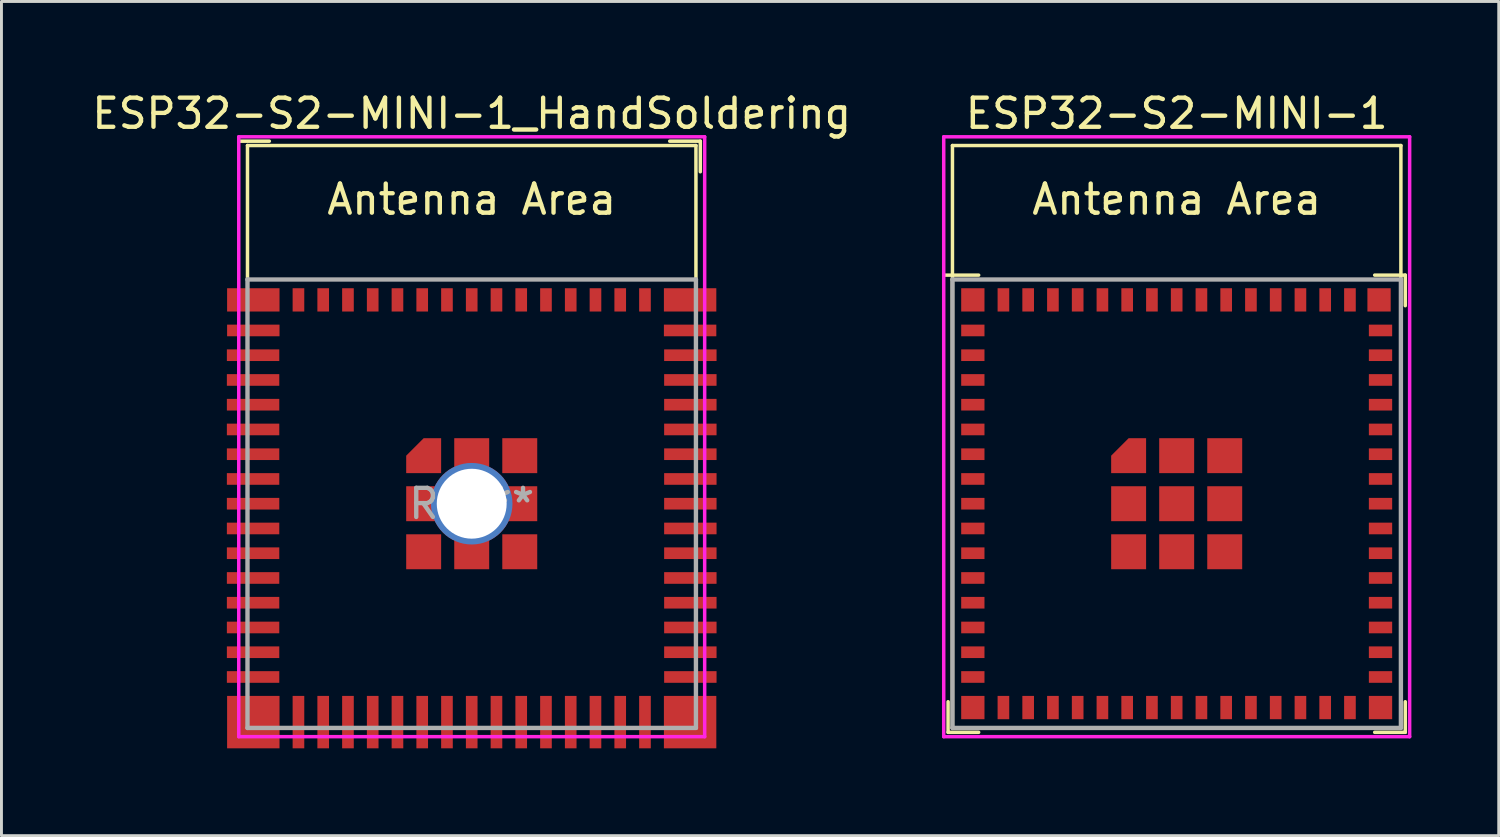
<source format=kicad_pcb>
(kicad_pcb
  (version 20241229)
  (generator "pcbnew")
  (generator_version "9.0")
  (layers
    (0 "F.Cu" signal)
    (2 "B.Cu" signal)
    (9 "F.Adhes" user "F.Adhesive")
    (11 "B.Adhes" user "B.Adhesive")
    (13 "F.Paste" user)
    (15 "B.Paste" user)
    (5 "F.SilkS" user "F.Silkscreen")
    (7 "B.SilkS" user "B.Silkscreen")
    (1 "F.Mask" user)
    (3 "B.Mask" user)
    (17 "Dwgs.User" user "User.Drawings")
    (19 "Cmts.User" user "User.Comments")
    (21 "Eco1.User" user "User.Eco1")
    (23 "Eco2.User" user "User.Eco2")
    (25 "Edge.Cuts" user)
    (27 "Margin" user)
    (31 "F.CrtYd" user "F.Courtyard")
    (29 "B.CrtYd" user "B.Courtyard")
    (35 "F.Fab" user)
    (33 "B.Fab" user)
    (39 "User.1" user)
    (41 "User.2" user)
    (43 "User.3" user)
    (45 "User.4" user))
  (footprint "ESP32-S2-MINI-1"
    (layer "F.Cu")
    (at 37.358 14.248)
    (property "Reference" "ESP32-S2-MINI-1" (at 0 -13.4 0) (layer "F.SilkS") (effects (font (size 1 1) (thickness 0.15))))
    (attr smd)
    (fp_line (start -7.85 7.85) (end -7.85 6.8) (stroke (width 0.12) (type solid)) (layer "F.SilkS"))
    (fp_line (start -7.7 -12.3) (end -7.7 -7.7) (stroke (width 0.12) (type solid)) (layer "F.SilkS"))
    (fp_line (start -7.7 -12.3) (end 7.7 -12.3) (stroke (width 0.12) (type solid)) (layer "F.SilkS"))
    (fp_line (start -7.7 7.7) (end -7.7 -7.7) (stroke (width 0.12) (type solid)) (layer "F.SilkS"))
    (fp_line (start -6.8 -7.85) (end -8 -7.85) (stroke (width 0.12) (type solid)) (layer "F.SilkS"))
    (fp_line (start -6.8 7.85) (end -7.85 7.85) (stroke (width 0.12) (type solid)) (layer "F.SilkS"))
    (fp_line (start 6.8 -7.85) (end 7.85 -7.85) (stroke (width 0.12) (type solid)) (layer "F.SilkS"))
    (fp_line (start 6.8 7.85) (end 7.85 7.85) (stroke (width 0.12) (type solid)) (layer "F.SilkS"))
    (fp_line (start 7.7 -12.3) (end 7.7 -7.7) (stroke (width 0.12) (type solid)) (layer "F.SilkS"))
    (fp_line (start 7.7 -7.7) (end 7.7 7.7) (stroke (width 0.12) (type solid)) (layer "F.SilkS"))
    (fp_line (start 7.7 7.7) (end -7.7 7.7) (stroke (width 0.12) (type solid)) (layer "F.SilkS"))
    (fp_line (start 7.85 -7.85) (end 7.85 -6.8) (stroke (width 0.12) (type solid)) (layer "F.SilkS"))
    (fp_line (start 7.85 7.85) (end 7.85 6.8) (stroke (width 0.12) (type solid)) (layer "F.SilkS"))
    (fp_line (start -8 -12.6) (end -8 8) (stroke (width 0.12) (type solid)) (layer "F.CrtYd"))
    (fp_line (start -8 8) (end 8 8) (stroke (width 0.12) (type solid)) (layer "F.CrtYd"))
    (fp_line (start 8 -12.6) (end -8 -12.6) (stroke (width 0.12) (type solid)) (layer "F.CrtYd"))
    (fp_line (start 8 8) (end 8 -12.6) (stroke (width 0.12) (type solid)) (layer "F.CrtYd"))
    (fp_line (start -7.7 -7.7) (end -7.7 7.7) (stroke (width 0.15) (type solid)) (layer "F.Fab"))
    (fp_line (start -7.7 7.7) (end 7.7 7.7) (stroke (width 0.15) (type solid)) (layer "F.Fab"))
    (fp_line (start 7.7 -7.7) (end -7.7 -7.7) (stroke (width 0.15) (type solid)) (layer "F.Fab"))
    (fp_line (start 7.7 7.7) (end 7.7 -7.7) (stroke (width 0.15) (type solid)) (layer "F.Fab"))
    (fp_text user "Antenna Area" (at 0 -10.45 0) (layer "F.SilkS") (effects (font (size 1 1) (thickness 0.15))))
    (pad "1" smd rect (at -7 -5.95 90) (size 0.4 0.8) (layers "F.Cu" "F.Mask" "F.Paste"))
    (pad "2" smd rect (at -7 -5.1 90) (size 0.4 0.8) (layers "F.Cu" "F.Mask" "F.Paste"))
    (pad "3" smd rect (at -7 -4.25 90) (size 0.4 0.8) (layers "F.Cu" "F.Mask" "F.Paste"))
    (pad "4" smd rect (at -7 -3.4 90) (size 0.4 0.8) (layers "F.Cu" "F.Mask" "F.Paste"))
    (pad "5" smd rect (at -7 -2.55 90) (size 0.4 0.8) (layers "F.Cu" "F.Mask" "F.Paste"))
    (pad "6" smd rect (at -7 -1.7 90) (size 0.4 0.8) (layers "F.Cu" "F.Mask" "F.Paste"))
    (pad "7" smd rect (at -7 -0.85 90) (size 0.4 0.8) (layers "F.Cu" "F.Mask" "F.Paste"))
    (pad "8" smd rect (at -7 0 90) (size 0.4 0.8) (layers "F.Cu" "F.Mask" "F.Paste"))
    (pad "9" smd rect (at -7 0.85 90) (size 0.4 0.8) (layers "F.Cu" "F.Mask" "F.Paste"))
    (pad "10" smd rect (at -7 1.7 90) (size 0.4 0.8) (layers "F.Cu" "F.Mask" "F.Paste"))
    (pad "11" smd rect (at -7 2.55 90) (size 0.4 0.8) (layers "F.Cu" "F.Mask" "F.Paste"))
    (pad "12" smd rect (at -7 3.4 90) (size 0.4 0.8) (layers "F.Cu" "F.Mask" "F.Paste"))
    (pad "13" smd rect (at -7 4.25 90) (size 0.4 0.8) (layers "F.Cu" "F.Mask" "F.Paste"))
    (pad "14" smd rect (at -7 5.1 90) (size 0.4 0.8) (layers "F.Cu" "F.Mask" "F.Paste"))
    (pad "15" smd rect (at -7 5.95 90) (size 0.4 0.8) (layers "F.Cu" "F.Mask" "F.Paste"))
    (pad "16" smd rect (at -5.95 7) (size 0.4 0.8) (layers "F.Cu" "F.Mask" "F.Paste"))
    (pad "17" smd rect (at -5.1 7) (size 0.4 0.8) (layers "F.Cu" "F.Mask" "F.Paste"))
    (pad "18" smd rect (at -4.25 7) (size 0.4 0.8) (layers "F.Cu" "F.Mask" "F.Paste"))
    (pad "19" smd rect (at -3.4 7) (size 0.4 0.8) (layers "F.Cu" "F.Mask" "F.Paste"))
    (pad "20" smd rect (at -2.55 7) (size 0.4 0.8) (layers "F.Cu" "F.Mask" "F.Paste"))
    (pad "21" smd rect (at -1.7 7) (size 0.4 0.8) (layers "F.Cu" "F.Mask" "F.Paste"))
    (pad "22" smd rect (at -0.85 7) (size 0.4 0.8) (layers "F.Cu" "F.Mask" "F.Paste"))
    (pad "23" smd rect (at 0 7) (size 0.4 0.8) (layers "F.Cu" "F.Mask" "F.Paste"))
    (pad "24" smd rect (at 0.85 7) (size 0.4 0.8) (layers "F.Cu" "F.Mask" "F.Paste"))
    (pad "25" smd rect (at 1.7 7) (size 0.4 0.8) (layers "F.Cu" "F.Mask" "F.Paste"))
    (pad "26" smd rect (at 2.55 7) (size 0.4 0.8) (layers "F.Cu" "F.Mask" "F.Paste"))
    (pad "27" smd rect (at 3.4 7) (size 0.4 0.8) (layers "F.Cu" "F.Mask" "F.Paste"))
    (pad "28" smd rect (at 4.25 7) (size 0.4 0.8) (layers "F.Cu" "F.Mask" "F.Paste"))
    (pad "29" smd rect (at 5.1 7) (size 0.4 0.8) (layers "F.Cu" "F.Mask" "F.Paste"))
    (pad "30" smd rect (at 5.95 7) (size 0.4 0.8) (layers "F.Cu" "F.Mask" "F.Paste"))
    (pad "31" smd rect (at 7 5.95 90) (size 0.4 0.8) (layers "F.Cu" "F.Mask" "F.Paste"))
    (pad "32" smd rect (at 7 5.1 90) (size 0.4 0.8) (layers "F.Cu" "F.Mask" "F.Paste"))
    (pad "33" smd rect (at 7 4.25 90) (size 0.4 0.8) (layers "F.Cu" "F.Mask" "F.Paste"))
    (pad "34" smd rect (at 7 3.4 90) (size 0.4 0.8) (layers "F.Cu" "F.Mask" "F.Paste"))
    (pad "35" smd rect (at 7 2.55 90) (size 0.4 0.8) (layers "F.Cu" "F.Mask" "F.Paste"))
    (pad "36" smd rect (at 7 1.7 90) (size 0.4 0.8) (layers "F.Cu" "F.Mask" "F.Paste"))
    (pad "37" smd rect (at 7 0.85 90) (size 0.4 0.8) (layers "F.Cu" "F.Mask" "F.Paste"))
    (pad "38" smd rect (at 7 0 90) (size 0.4 0.8) (layers "F.Cu" "F.Mask" "F.Paste"))
    (pad "39" smd rect (at 7 -0.85 90) (size 0.4 0.8) (layers "F.Cu" "F.Mask" "F.Paste"))
    (pad "40" smd rect (at 7 -1.7 90) (size 0.4 0.8) (layers "F.Cu" "F.Mask" "F.Paste"))
    (pad "41" smd rect (at 7 -2.55 90) (size 0.4 0.8) (layers "F.Cu" "F.Mask" "F.Paste"))
    (pad "42" smd rect (at 7 -3.4 90) (size 0.4 0.8) (layers "F.Cu" "F.Mask" "F.Paste"))
    (pad "43" smd rect (at 7 -4.25 90) (size 0.4 0.8) (layers "F.Cu" "F.Mask" "F.Paste"))
    (pad "44" smd rect (at 7 -5.1 90) (size 0.4 0.8) (layers "F.Cu" "F.Mask" "F.Paste"))
    (pad "45" smd rect (at 7 -5.95 90) (size 0.4 0.8) (layers "F.Cu" "F.Mask" "F.Paste"))
    (pad "46" smd rect (at -7 -7 180) (size 0.8 0.8) (layers "F.Cu" "F.Mask" "F.Paste"))
    (pad "46" smd rect (at -7 7 180) (size 0.8 0.8) (layers "F.Cu" "F.Mask" "F.Paste"))
    (pad "46" smd rect (at -5.95 -7) (size 0.4 0.8) (layers "F.Cu" "F.Mask" "F.Paste"))
    (pad "46" smd rect (at -5.1 -7) (size 0.4 0.8) (layers "F.Cu" "F.Mask" "F.Paste"))
    (pad "46" smd rect (at -4.25 -7) (size 0.4 0.8) (layers "F.Cu" "F.Mask" "F.Paste"))
    (pad "46" smd rect (at -3.4 -7) (size 0.4 0.8) (layers "F.Cu" "F.Mask" "F.Paste"))
    (pad "46" smd rect (at -2.55 -7) (size 0.4 0.8) (layers "F.Cu" "F.Mask" "F.Paste"))
    (pad "46" smd rect (at -1.7 -7) (size 0.4 0.8) (layers "F.Cu" "F.Mask" "F.Paste"))
    (pad "46" smd custom (at -1.65 -1.65) (size 0.6 0.6) (layers "F.Cu" "F.Mask" "F.Paste") (options (anchor rect)) (primitives (gr_poly (pts (xy -0.6 0.6) (xy 0.6 0.6) (xy 0.6 -0.6) (xy 0 -0.6) (xy -0.6 0)) (width 0) (fill yes))))
    (pad "46" smd rect (at -1.65 0) (size 1.2 1.2) (layers "F.Cu" "F.Mask" "F.Paste"))
    (pad "46" smd rect (at -1.65 1.65) (size 1.2 1.2) (layers "F.Cu" "F.Mask" "F.Paste"))
    (pad "46" smd rect (at -0.85 -7) (size 0.4 0.8) (layers "F.Cu" "F.Mask" "F.Paste"))
    (pad "46" smd rect (at 0 -7) (size 0.4 0.8) (layers "F.Cu" "F.Mask" "F.Paste"))
    (pad "46" smd rect (at 0 -1.65) (size 1.2 1.2) (layers "F.Cu" "F.Mask" "F.Paste"))
    (pad "46" smd rect (at 0 0) (size 1.2 1.2) (layers "F.Cu" "F.Mask" "F.Paste"))
    (pad "46" smd rect (at 0 1.65) (size 1.2 1.2) (layers "F.Cu" "F.Mask" "F.Paste"))
    (pad "46" smd rect (at 0.85 -7) (size 0.4 0.8) (layers "F.Cu" "F.Mask" "F.Paste"))
    (pad "46" smd rect (at 1.65 -1.65) (size 1.2 1.2) (layers "F.Cu" "F.Mask" "F.Paste"))
    (pad "46" smd rect (at 1.65 0) (size 1.2 1.2) (layers "F.Cu" "F.Mask" "F.Paste"))
    (pad "46" smd rect (at 1.65 1.65) (size 1.2 1.2) (layers "F.Cu" "F.Mask" "F.Paste"))
    (pad "46" smd rect (at 1.7 -7) (size 0.4 0.8) (layers "F.Cu" "F.Mask" "F.Paste"))
    (pad "46" smd rect (at 2.55 -7) (size 0.4 0.8) (layers "F.Cu" "F.Mask" "F.Paste"))
    (pad "46" smd rect (at 3.4 -7) (size 0.4 0.8) (layers "F.Cu" "F.Mask" "F.Paste"))
    (pad "46" smd rect (at 4.25 -7) (size 0.4 0.8) (layers "F.Cu" "F.Mask" "F.Paste"))
    (pad "46" smd rect (at 5.1 -7) (size 0.4 0.8) (layers "F.Cu" "F.Mask" "F.Paste"))
    (pad "46" smd rect (at 5.95 -7) (size 0.4 0.8) (layers "F.Cu" "F.Mask" "F.Paste"))
    (pad "46" smd rect (at 6.95 -7 180) (size 0.8 0.8) (layers "F.Cu" "F.Mask" "F.Paste"))
    (pad "46" smd rect (at 7 7 180) (size 0.8 0.8) (layers "F.Cu" "F.Mask" "F.Paste")))
  (footprint "ESP32-S2-MINI-1_HandSoldering"
    (layer "F.Cu")
    (at 13.149 14.248)
    (property "Reference" "ESP32-S2-MINI-1_HandSoldering" (at 0 -13.4 0) (layer "F.SilkS") (effects (font (size 1 1) (thickness 0.15))))
    (attr smd)
    (fp_line (start -8 -12.45) (end -6.95 -12.45) (stroke (width 0.12) (type solid)) (layer "F.SilkS"))
    (fp_line (start -7.7 -12.3) (end -7.7 -7.7) (stroke (width 0.12) (type solid)) (layer "F.SilkS"))
    (fp_line (start -7.7 -12.3) (end 7.7 -12.3) (stroke (width 0.12) (type solid)) (layer "F.SilkS"))
    (fp_line (start 6.8 -12.45) (end 7.85 -12.45) (stroke (width 0.12) (type solid)) (layer "F.SilkS"))
    (fp_line (start 7.7 -12.3) (end 7.7 -7.7) (stroke (width 0.12) (type solid)) (layer "F.SilkS"))
    (fp_line (start 7.85 -12.45) (end 7.85 -11.4) (stroke (width 0.12) (type solid)) (layer "F.SilkS"))
    (fp_line (start -8 -12.6) (end -8 8) (stroke (width 0.12) (type solid)) (layer "F.CrtYd"))
    (fp_line (start -8 8) (end 8 8) (stroke (width 0.12) (type solid)) (layer "F.CrtYd"))
    (fp_line (start 8 -12.6) (end -8 -12.6) (stroke (width 0.12) (type solid)) (layer "F.CrtYd"))
    (fp_line (start 8 8) (end 8 -12.6) (stroke (width 0.12) (type solid)) (layer "F.CrtYd"))
    (fp_line (start -7.7 -7.7) (end -7.7 7.7) (stroke (width 0.15) (type solid)) (layer "F.Fab"))
    (fp_line (start -7.7 7.7) (end 7.7 7.7) (stroke (width 0.15) (type solid)) (layer "F.Fab"))
    (fp_line (start 7.7 -7.7) (end -7.7 -7.7) (stroke (width 0.15) (type solid)) (layer "F.Fab"))
    (fp_line (start 7.7 7.7) (end 7.7 -7.7) (stroke (width 0.15) (type solid)) (layer "F.Fab"))
    (fp_text user "Antenna Area" (at 0 -10.45 0) (layer "F.SilkS") (effects (font (size 1 1) (thickness 0.15))))
    (fp_text user "REF**" (at 0 0 0) (layer "F.Fab") (effects (font (size 1 1) (thickness 0.15))))
    (pad "1" smd rect (at -7.5 -5.95 90) (size 0.4 1.8) (layers "F.Cu" "F.Mask" "F.Paste"))
    (pad "2" smd rect (at -7.508 -5.1 90) (size 0.4 1.8) (layers "F.Cu" "F.Mask" "F.Paste"))
    (pad "3" smd rect (at -7.508 -4.25 90) (size 0.4 1.8) (layers "F.Cu" "F.Mask" "F.Paste"))
    (pad "4" smd rect (at -7.508 -3.4 90) (size 0.4 1.8) (layers "F.Cu" "F.Mask" "F.Paste"))
    (pad "5" smd rect (at -7.508 -2.55 90) (size 0.4 1.8) (layers "F.Cu" "F.Mask" "F.Paste"))
    (pad "6" smd rect (at -7.508 -1.7 90) (size 0.4 1.8) (layers "F.Cu" "F.Mask" "F.Paste"))
    (pad "7" smd rect (at -7.508 -0.85 90) (size 0.4 1.8) (layers "F.Cu" "F.Mask" "F.Paste"))
    (pad "8" smd rect (at -7.508 0 90) (size 0.4 1.8) (layers "F.Cu" "F.Mask" "F.Paste"))
    (pad "9" smd rect (at -7.508 0.85 90) (size 0.4 1.8) (layers "F.Cu" "F.Mask" "F.Paste"))
    (pad "10" smd rect (at -7.508 1.7 90) (size 0.4 1.8) (layers "F.Cu" "F.Mask" "F.Paste"))
    (pad "11" smd rect (at -7.508 2.55 90) (size 0.4 1.8) (layers "F.Cu" "F.Mask" "F.Paste"))
    (pad "12" smd rect (at -7.508 3.4 90) (size 0.4 1.8) (layers "F.Cu" "F.Mask" "F.Paste"))
    (pad "13" smd rect (at -7.508 4.25 90) (size 0.4 1.8) (layers "F.Cu" "F.Mask" "F.Paste"))
    (pad "14" smd rect (at -7.508 5.1 90) (size 0.4 1.8) (layers "F.Cu" "F.Mask" "F.Paste"))
    (pad "15" smd rect (at -7.508 5.95 90) (size 0.4 1.8) (layers "F.Cu" "F.Mask" "F.Paste"))
    (pad "16" smd rect (at -5.95 7.5) (size 0.4 1.8) (layers "F.Cu" "F.Mask" "F.Paste"))
    (pad "17" smd rect (at -5.1 7.5) (size 0.4 1.8) (layers "F.Cu" "F.Mask" "F.Paste"))
    (pad "18" smd rect (at -4.25 7.5) (size 0.4 1.8) (layers "F.Cu" "F.Mask" "F.Paste"))
    (pad "19" smd rect (at -3.4 7.5) (size 0.4 1.8) (layers "F.Cu" "F.Mask" "F.Paste"))
    (pad "20" smd rect (at -2.55 7.5) (size 0.4 1.8) (layers "F.Cu" "F.Mask" "F.Paste"))
    (pad "21" smd rect (at -1.7 7.5) (size 0.4 1.8) (layers "F.Cu" "F.Mask" "F.Paste"))
    (pad "22" smd rect (at -0.85 7.5) (size 0.4 1.8) (layers "F.Cu" "F.Mask" "F.Paste"))
    (pad "23" smd rect (at 0 7.5) (size 0.4 1.8) (layers "F.Cu" "F.Mask" "F.Paste"))
    (pad "24" smd rect (at 0.85 7.5) (size 0.4 1.8) (layers "F.Cu" "F.Mask" "F.Paste"))
    (pad "25" smd rect (at 1.7 7.5) (size 0.4 1.8) (layers "F.Cu" "F.Mask" "F.Paste"))
    (pad "26" smd rect (at 2.55 7.5) (size 0.4 1.8) (layers "F.Cu" "F.Mask" "F.Paste"))
    (pad "27" smd rect (at 3.4 7.5) (size 0.4 1.8) (layers "F.Cu" "F.Mask" "F.Paste"))
    (pad "28" smd rect (at 4.25 7.5) (size 0.4 1.8) (layers "F.Cu" "F.Mask" "F.Paste"))
    (pad "29" smd rect (at 5.1 7.5) (size 0.4 1.8) (layers "F.Cu" "F.Mask" "F.Paste"))
    (pad "30" smd rect (at 5.95 7.5) (size 0.4 1.8) (layers "F.Cu" "F.Mask" "F.Paste"))
    (pad "31" smd rect (at 7.508 5.95 90) (size 0.4 1.8) (layers "F.Cu" "F.Mask" "F.Paste"))
    (pad "32" smd rect (at 7.508 5.1 90) (size 0.4 1.8) (layers "F.Cu" "F.Mask" "F.Paste"))
    (pad "33" smd rect (at 7.508 4.25 90) (size 0.4 1.8) (layers "F.Cu" "F.Mask" "F.Paste"))
    (pad "34" smd rect (at 7.508 3.4 90) (size 0.4 1.8) (layers "F.Cu" "F.Mask" "F.Paste"))
    (pad "35" smd rect (at 7.508 2.55 90) (size 0.4 1.8) (layers "F.Cu" "F.Mask" "F.Paste"))
    (pad "36" smd rect (at 7.508 1.7 90) (size 0.4 1.8) (layers "F.Cu" "F.Mask" "F.Paste"))
    (pad "37" smd rect (at 7.508 0.85 90) (size 0.4 1.8) (layers "F.Cu" "F.Mask" "F.Paste"))
    (pad "38" smd rect (at 7.508 0 90) (size 0.4 1.8) (layers "F.Cu" "F.Mask" "F.Paste"))
    (pad "39" smd rect (at 7.508 -0.85 90) (size 0.4 1.8) (layers "F.Cu" "F.Mask" "F.Paste"))
    (pad "40" smd rect (at 7.508 -1.7 90) (size 0.4 1.8) (layers "F.Cu" "F.Mask" "F.Paste"))
    (pad "41" smd rect (at 7.508 -2.55 90) (size 0.4 1.8) (layers "F.Cu" "F.Mask" "F.Paste"))
    (pad "42" smd rect (at 7.508 -3.4 90) (size 0.4 1.8) (layers "F.Cu" "F.Mask" "F.Paste"))
    (pad "43" smd rect (at 7.508 -4.25 90) (size 0.4 1.8) (layers "F.Cu" "F.Mask" "F.Paste"))
    (pad "44" smd rect (at 7.508 -5.1 90) (size 0.4 1.8) (layers "F.Cu" "F.Mask" "F.Paste"))
    (pad "45" smd rect (at 7.5 -5.95 90) (size 0.4 1.8) (layers "F.Cu" "F.Mask" "F.Paste"))
    (pad "46" smd rect (at 5.95 -7) (size 0.4 0.8) (layers "F.Cu" "F.Mask" "F.Paste"))
    (pad "47" smd rect (at 5.1 -7) (size 0.4 0.8) (layers "F.Cu" "F.Mask" "F.Paste"))
    (pad "48" smd rect (at 4.25 -7) (size 0.4 0.8) (layers "F.Cu" "F.Mask" "F.Paste"))
    (pad "49" smd rect (at 3.4 -7) (size 0.4 0.8) (layers "F.Cu" "F.Mask" "F.Paste"))
    (pad "50" smd rect (at 2.55 -7) (size 0.4 0.8) (layers "F.Cu" "F.Mask" "F.Paste"))
    (pad "51" smd rect (at 1.7 -7) (size 0.4 0.8) (layers "F.Cu" "F.Mask" "F.Paste"))
    (pad "52" smd rect (at 0.85 -7) (size 0.4 0.8) (layers "F.Cu" "F.Mask" "F.Paste"))
    (pad "53" smd rect (at 0 -7) (size 0.4 0.8) (layers "F.Cu" "F.Mask" "F.Paste"))
    (pad "54" smd rect (at -0.85 -7) (size 0.4 0.8) (layers "F.Cu" "F.Mask" "F.Paste"))
    (pad "55" smd rect (at -1.7 -7) (size 0.4 0.8) (layers "F.Cu" "F.Mask" "F.Paste"))
    (pad "56" smd rect (at -2.55 -7) (size 0.4 0.8) (layers "F.Cu" "F.Mask" "F.Paste"))
    (pad "57" smd rect (at -3.4 -7) (size 0.4 0.8) (layers "F.Cu" "F.Mask" "F.Paste"))
    (pad "58" smd rect (at -4.25 -7) (size 0.4 0.8) (layers "F.Cu" "F.Mask" "F.Paste"))
    (pad "59" smd rect (at -5.1 -7) (size 0.4 0.8) (layers "F.Cu" "F.Mask" "F.Paste"))
    (pad "60" smd rect (at -5.95 -7) (size 0.4 0.8) (layers "F.Cu" "F.Mask" "F.Paste"))
    (pad "61" smd custom (at -1.65 -1.65) (size 0.6 0.6) (layers "F.Cu" "F.Mask" "F.Paste") (options (anchor rect)) (primitives (gr_poly (pts (xy -0.6 0.6) (xy 0.6 0.6) (xy 0.6 -0.6) (xy 0 -0.6) (xy -0.6 0)) (width 0) (fill yes))))
    (pad "61" smd rect (at -1.65 0) (size 1.2 1.2) (layers "F.Cu" "F.Mask" "F.Paste"))
    (pad "61" smd rect (at -1.65 1.65) (size 1.2 1.2) (layers "F.Cu" "F.Mask" "F.Paste"))
    (pad "61" smd rect (at 0 -1.65) (size 1.2 1.2) (layers "F.Cu" "F.Mask" "F.Paste"))
    (pad "61" thru_hole circle (at 0 0) (size 2.8 2.8) (drill 2.4) (layers "*.Cu" "*.Mask"))
    (pad "61" smd rect (at 0 1.65) (size 1.2 1.2) (layers "F.Cu" "F.Mask" "F.Paste"))
    (pad "61" smd rect (at 1.65 -1.65) (size 1.2 1.2) (layers "F.Cu" "F.Mask" "F.Paste"))
    (pad "61" smd rect (at 1.65 0) (size 1.2 1.2) (layers "F.Cu" "F.Mask" "F.Paste"))
    (pad "61" smd rect (at 1.65 1.65) (size 1.2 1.2) (layers "F.Cu" "F.Mask" "F.Paste"))
    (pad "62" smd rect (at -7.5 -7 180) (size 1.8 0.8) (layers "F.Cu" "F.Mask" "F.Paste"))
    (pad "63" smd rect (at -7.5 7.5 180) (size 1.8 1.8) (layers "F.Cu" "F.Mask" "F.Paste"))
    (pad "64" smd rect (at 7.5 7.5 180) (size 1.8 1.8) (layers "F.Cu" "F.Mask" "F.Paste"))
    (pad "65" smd rect (at 7.5 -7 180) (size 1.8 0.8) (layers "F.Cu" "F.Mask" "F.Paste")))
  (gr_rect
    (start -3 -3)
    (end 48.418 25.648)
    (stroke (width 0.1) (type default))
    (fill no)
    (layer "Edge.Cuts")))
</source>
